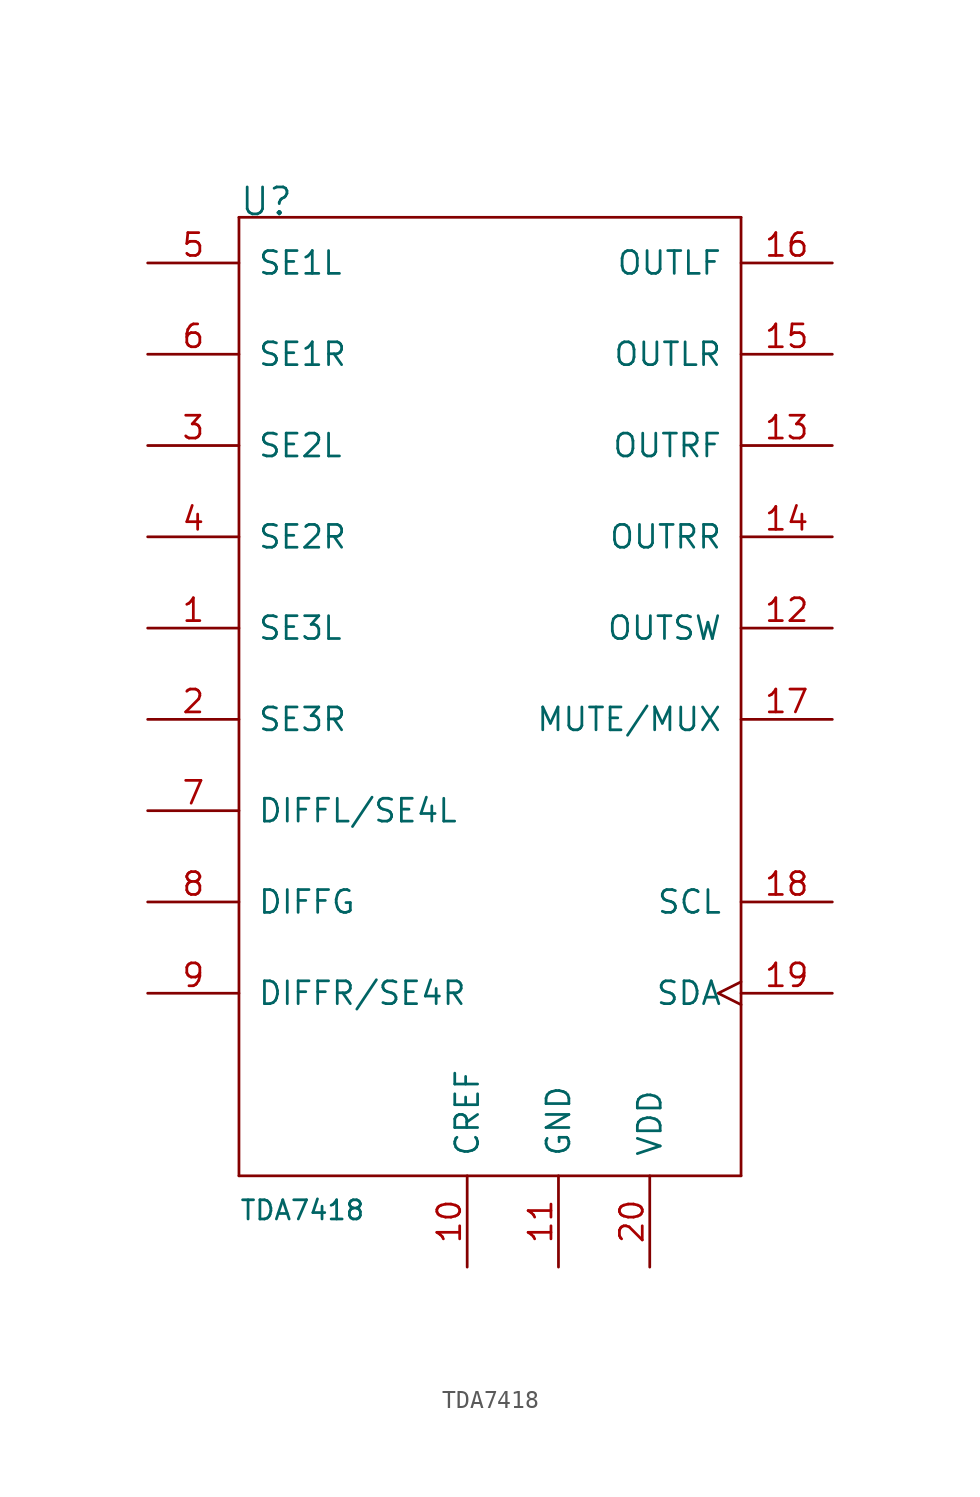
<source format=kicad_sym>
(kicad_symbol_lib
  (version 20220914)
  (generator kicad_symbol_editor)
  (symbol "TDA7418"
    (pin_names
      (offset 1.016))
    (property "Reference" "U"
      (at -10.16 40.64 0)
      (effects (font (size 1.499 1.499)) (justify left bottom)))
    (property "Value" "TDA7418"
      (at -10.16 -15.24 0)
      (effects (font (size 1.067 1.067)) (justify left bottom)))
    (symbol "TDA7418_1_0"
      (polyline (pts (xy -10.16 -12.7) (xy -10.16 40.64)) (stroke (width 0) (type solid)) (fill (type none)))
      (polyline (pts (xy -10.16 40.64) (xy 17.78 40.64)) (stroke (width 0) (type solid)) (fill (type none)))
      (polyline (pts (xy 17.78 -12.7) (xy -10.16 -12.7)) (stroke (width 0) (type solid)) (fill (type none)))
      (polyline (pts (xy 17.78 40.64) (xy 17.78 -12.7)) (stroke (width 0) (type solid)) (fill (type none)))
      (pin input line (at -15.24 17.78 0) (length 5.08) (name "SE3L" (effects (font (size 1.27 1.27)))) (number "1" (effects (font (size 1.27 1.27)))))
      (pin passive line (at 2.54 -17.78 90) (length 5.08) (name "CREF" (effects (font (size 1.27 1.27)))) (number "10" (effects (font (size 1.27 1.27)))))
      (pin power_in line (at 7.62 -17.78 90) (length 5.08) (name "GND" (effects (font (size 1.27 1.27)))) (number "11" (effects (font (size 1.27 1.27)))))
      (pin output line (at 22.86 17.78 180) (length 5.08) (name "OUTSW" (effects (font (size 1.27 1.27)))) (number "12" (effects (font (size 1.27 1.27)))))
      (pin output line (at 22.86 27.94 180) (length 5.08) (name "OUTRF" (effects (font (size 1.27 1.27)))) (number "13" (effects (font (size 1.27 1.27)))))
      (pin output line (at 22.86 22.86 180) (length 5.08) (name "OUTRR" (effects (font (size 1.27 1.27)))) (number "14" (effects (font (size 1.27 1.27)))))
      (pin output line (at 22.86 33.02 180) (length 5.08) (name "OUTLR" (effects (font (size 1.27 1.27)))) (number "15" (effects (font (size 1.27 1.27)))))
      (pin output line (at 22.86 38.1 180) (length 5.08) (name "OUTLF" (effects (font (size 1.27 1.27)))) (number "16" (effects (font (size 1.27 1.27)))))
      (pin bidirectional line (at 22.86 12.7 180) (length 5.08) (name "MUTE/MUX" (effects (font (size 1.27 1.27)))) (number "17" (effects (font (size 1.27 1.27)))))
      (pin bidirectional line (at 22.86 2.54 180) (length 5.08) (name "SCL" (effects (font (size 1.27 1.27)))) (number "18" (effects (font (size 1.27 1.27)))))
      (pin bidirectional clock (at 22.86 -2.54 180) (length 5.08) (name "SDA" (effects (font (size 1.27 1.27)))) (number "19" (effects (font (size 1.27 1.27)))))
      (pin input line (at -15.24 12.7 0) (length 5.08) (name "SE3R" (effects (font (size 1.27 1.27)))) (number "2" (effects (font (size 1.27 1.27)))))
      (pin power_in line (at 12.7 -17.78 90) (length 5.08) (name "VDD" (effects (font (size 1.27 1.27)))) (number "20" (effects (font (size 1.27 1.27)))))
      (pin input line (at -15.24 27.94 0) (length 5.08) (name "SE2L" (effects (font (size 1.27 1.27)))) (number "3" (effects (font (size 1.27 1.27)))))
      (pin input line (at -15.24 22.86 0) (length 5.08) (name "SE2R" (effects (font (size 1.27 1.27)))) (number "4" (effects (font (size 1.27 1.27)))))
      (pin input line (at -15.24 38.1 0) (length 5.08) (name "SE1L" (effects (font (size 1.27 1.27)))) (number "5" (effects (font (size 1.27 1.27)))))
      (pin input line (at -15.24 33.02 0) (length 5.08) (name "SE1R" (effects (font (size 1.27 1.27)))) (number "6" (effects (font (size 1.27 1.27)))))
      (pin input line (at -15.24 7.62 0) (length 5.08) (name "DIFFL/SE4L" (effects (font (size 1.27 1.27)))) (number "7" (effects (font (size 1.27 1.27)))))
      (pin input line (at -15.24 2.54 0) (length 5.08) (name "DIFFG" (effects (font (size 1.27 1.27)))) (number "8" (effects (font (size 1.27 1.27)))))
      (pin input line (at -15.24 -2.54 0) (length 5.08) (name "DIFFR/SE4R" (effects (font (size 1.27 1.27)))) (number "9" (effects (font (size 1.27 1.27))))))))
</source>
